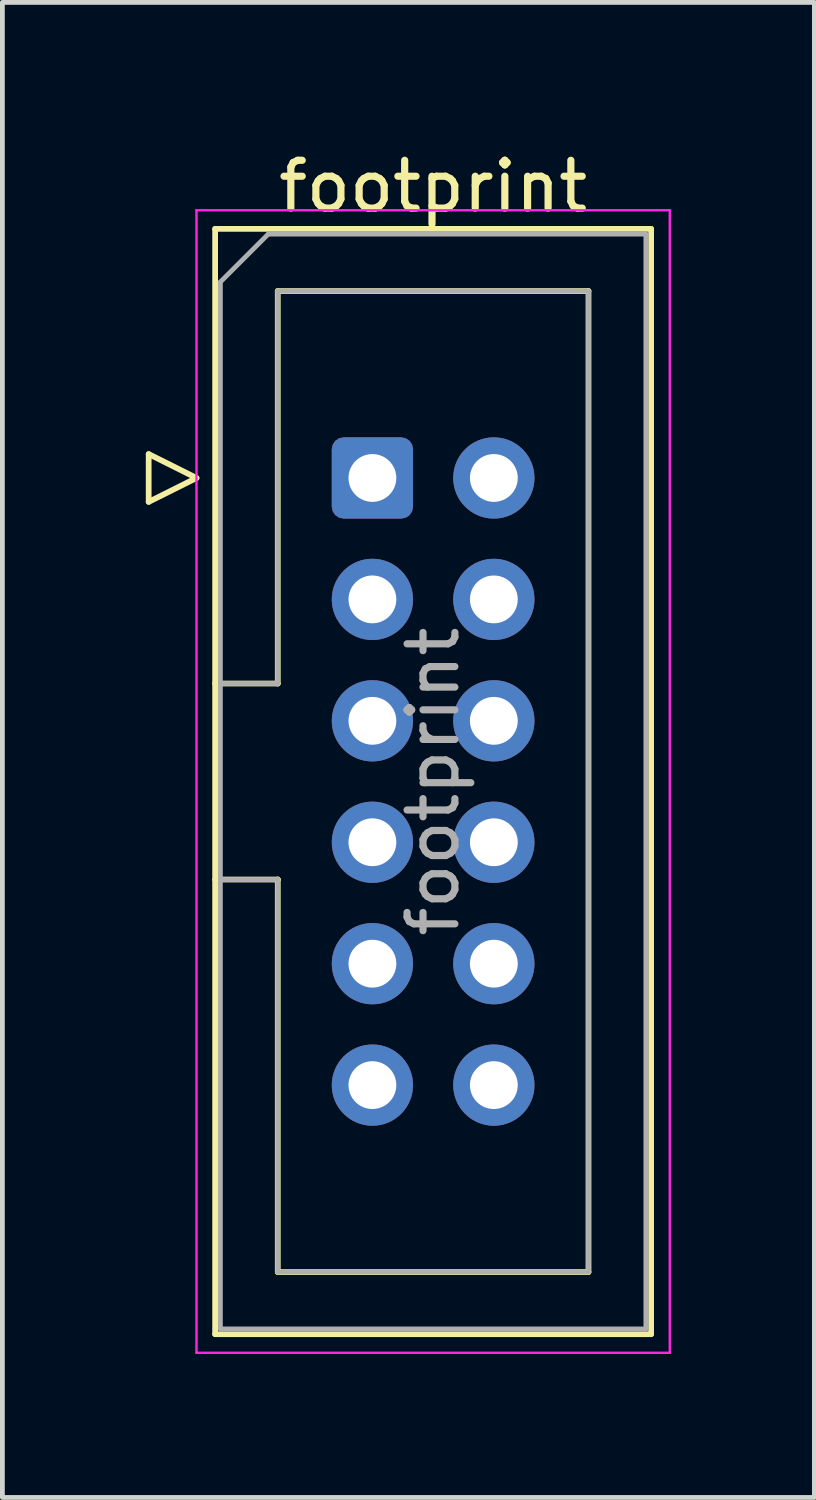
<source format=kicad_pcb>
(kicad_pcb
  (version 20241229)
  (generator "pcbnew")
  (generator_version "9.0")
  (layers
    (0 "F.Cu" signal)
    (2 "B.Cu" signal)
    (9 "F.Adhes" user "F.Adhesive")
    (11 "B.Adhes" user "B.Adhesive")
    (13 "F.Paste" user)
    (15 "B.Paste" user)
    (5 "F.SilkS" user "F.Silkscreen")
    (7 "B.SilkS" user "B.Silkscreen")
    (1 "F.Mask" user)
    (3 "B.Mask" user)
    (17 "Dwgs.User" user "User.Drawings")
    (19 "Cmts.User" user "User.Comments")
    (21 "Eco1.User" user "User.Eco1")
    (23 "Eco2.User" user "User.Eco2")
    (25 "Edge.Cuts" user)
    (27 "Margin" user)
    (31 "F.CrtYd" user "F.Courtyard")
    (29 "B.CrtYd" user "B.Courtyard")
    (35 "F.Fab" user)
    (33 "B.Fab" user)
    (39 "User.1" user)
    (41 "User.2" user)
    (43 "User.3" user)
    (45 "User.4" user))
  (footprint "footprint"
    (layer "F.Cu")
    (at 4.74 6.948)
    (property "Reference" "footprint" (at 1.27 -6.1 0) (layer "F.SilkS") (effects (font (size 1 1) (thickness 0.15))))
    (attr through_hole)
    (fp_line (start -4.68 -0.5) (end -4.68 0.5) (stroke (width 0.12) (type solid)) (layer "F.SilkS"))
    (fp_line (start -4.68 0.5) (end -3.68 0) (stroke (width 0.12) (type solid)) (layer "F.SilkS"))
    (fp_line (start -3.68 0) (end -4.68 -0.5) (stroke (width 0.12) (type solid)) (layer "F.SilkS"))
    (fp_line (start -3.29 -5.21) (end 5.83 -5.21) (stroke (width 0.12) (type solid)) (layer "F.SilkS"))
    (fp_line (start -3.29 4.3) (end -1.98 4.3) (stroke (width 0.12) (type solid)) (layer "F.SilkS"))
    (fp_line (start -3.29 17.91) (end -3.29 -5.21) (stroke (width 0.12) (type solid)) (layer "F.SilkS"))
    (fp_line (start -1.98 -3.91) (end 4.52 -3.91) (stroke (width 0.12) (type solid)) (layer "F.SilkS"))
    (fp_line (start -1.98 4.3) (end -1.98 -3.91) (stroke (width 0.12) (type solid)) (layer "F.SilkS"))
    (fp_line (start -1.98 8.4) (end -3.29 8.4) (stroke (width 0.12) (type solid)) (layer "F.SilkS"))
    (fp_line (start -1.98 8.4) (end -1.98 8.4) (stroke (width 0.12) (type solid)) (layer "F.SilkS"))
    (fp_line (start -1.98 16.61) (end -1.98 8.4) (stroke (width 0.12) (type solid)) (layer "F.SilkS"))
    (fp_line (start 4.52 -3.91) (end 4.52 16.61) (stroke (width 0.12) (type solid)) (layer "F.SilkS"))
    (fp_line (start 4.52 16.61) (end -1.98 16.61) (stroke (width 0.12) (type solid)) (layer "F.SilkS"))
    (fp_line (start 5.83 -5.21) (end 5.83 17.91) (stroke (width 0.12) (type solid)) (layer "F.SilkS"))
    (fp_line (start 5.83 17.91) (end -3.29 17.91) (stroke (width 0.12) (type solid)) (layer "F.SilkS"))
    (fp_line (start -3.68 -5.6) (end -3.68 18.3) (stroke (width 0.05) (type solid)) (layer "F.CrtYd"))
    (fp_line (start -3.68 18.3) (end 6.22 18.3) (stroke (width 0.05) (type solid)) (layer "F.CrtYd"))
    (fp_line (start 6.22 -5.6) (end -3.68 -5.6) (stroke (width 0.05) (type solid)) (layer "F.CrtYd"))
    (fp_line (start 6.22 18.3) (end 6.22 -5.6) (stroke (width 0.05) (type solid)) (layer "F.CrtYd"))
    (fp_line (start -3.18 -4.1) (end -2.18 -5.1) (stroke (width 0.1) (type solid)) (layer "F.Fab"))
    (fp_line (start -3.18 4.3) (end -1.98 4.3) (stroke (width 0.1) (type solid)) (layer "F.Fab"))
    (fp_line (start -3.18 17.8) (end -3.18 -4.1) (stroke (width 0.1) (type solid)) (layer "F.Fab"))
    (fp_line (start -2.18 -5.1) (end 5.72 -5.1) (stroke (width 0.1) (type solid)) (layer "F.Fab"))
    (fp_line (start -1.98 -3.91) (end 4.52 -3.91) (stroke (width 0.1) (type solid)) (layer "F.Fab"))
    (fp_line (start -1.98 4.3) (end -1.98 -3.91) (stroke (width 0.1) (type solid)) (layer "F.Fab"))
    (fp_line (start -1.98 8.4) (end -3.18 8.4) (stroke (width 0.1) (type solid)) (layer "F.Fab"))
    (fp_line (start -1.98 8.4) (end -1.98 8.4) (stroke (width 0.1) (type solid)) (layer "F.Fab"))
    (fp_line (start -1.98 16.61) (end -1.98 8.4) (stroke (width 0.1) (type solid)) (layer "F.Fab"))
    (fp_line (start 4.52 -3.91) (end 4.52 16.61) (stroke (width 0.1) (type solid)) (layer "F.Fab"))
    (fp_line (start 4.52 16.61) (end -1.98 16.61) (stroke (width 0.1) (type solid)) (layer "F.Fab"))
    (fp_line (start 5.72 -5.1) (end 5.72 17.8) (stroke (width 0.1) (type solid)) (layer "F.Fab"))
    (fp_line (start 5.72 17.8) (end -3.18 17.8) (stroke (width 0.1) (type solid)) (layer "F.Fab"))
    (fp_text user "${REFERENCE}" (at 1.27 6.35 90) (layer "F.Fab") (effects (font (size 1 1) (thickness 0.15))))
    (pad "1" thru_hole roundrect (at 0 0) (size 1.7 1.7) (drill 1) (layers "*.Cu" "*.Mask") (roundrect_rratio 0.147))
    (pad "2" thru_hole circle (at 2.54 0) (size 1.7 1.7) (drill 1) (layers "*.Cu" "*.Mask"))
    (pad "3" thru_hole circle (at 0 2.54) (size 1.7 1.7) (drill 1) (layers "*.Cu" "*.Mask"))
    (pad "4" thru_hole circle (at 2.54 2.54) (size 1.7 1.7) (drill 1) (layers "*.Cu" "*.Mask"))
    (pad "5" thru_hole circle (at 0 5.08) (size 1.7 1.7) (drill 1) (layers "*.Cu" "*.Mask"))
    (pad "6" thru_hole circle (at 2.54 5.08) (size 1.7 1.7) (drill 1) (layers "*.Cu" "*.Mask"))
    (pad "7" thru_hole circle (at 0 7.62) (size 1.7 1.7) (drill 1) (layers "*.Cu" "*.Mask"))
    (pad "8" thru_hole circle (at 2.54 7.62) (size 1.7 1.7) (drill 1) (layers "*.Cu" "*.Mask"))
    (pad "9" thru_hole circle (at 0 10.16) (size 1.7 1.7) (drill 1) (layers "*.Cu" "*.Mask"))
    (pad "10" thru_hole circle (at 2.54 10.16) (size 1.7 1.7) (drill 1) (layers "*.Cu" "*.Mask"))
    (pad "11" thru_hole circle (at 0 12.7) (size 1.7 1.7) (drill 1) (layers "*.Cu" "*.Mask"))
    (pad "12" thru_hole circle (at 2.54 12.7) (size 1.7 1.7) (drill 1) (layers "*.Cu" "*.Mask")))
  (gr_rect
    (start -3 -3)
    (end 13.985 28.273)
    (stroke (width 0.1) (type default))
    (fill no)
    (layer "Edge.Cuts")))
</source>
